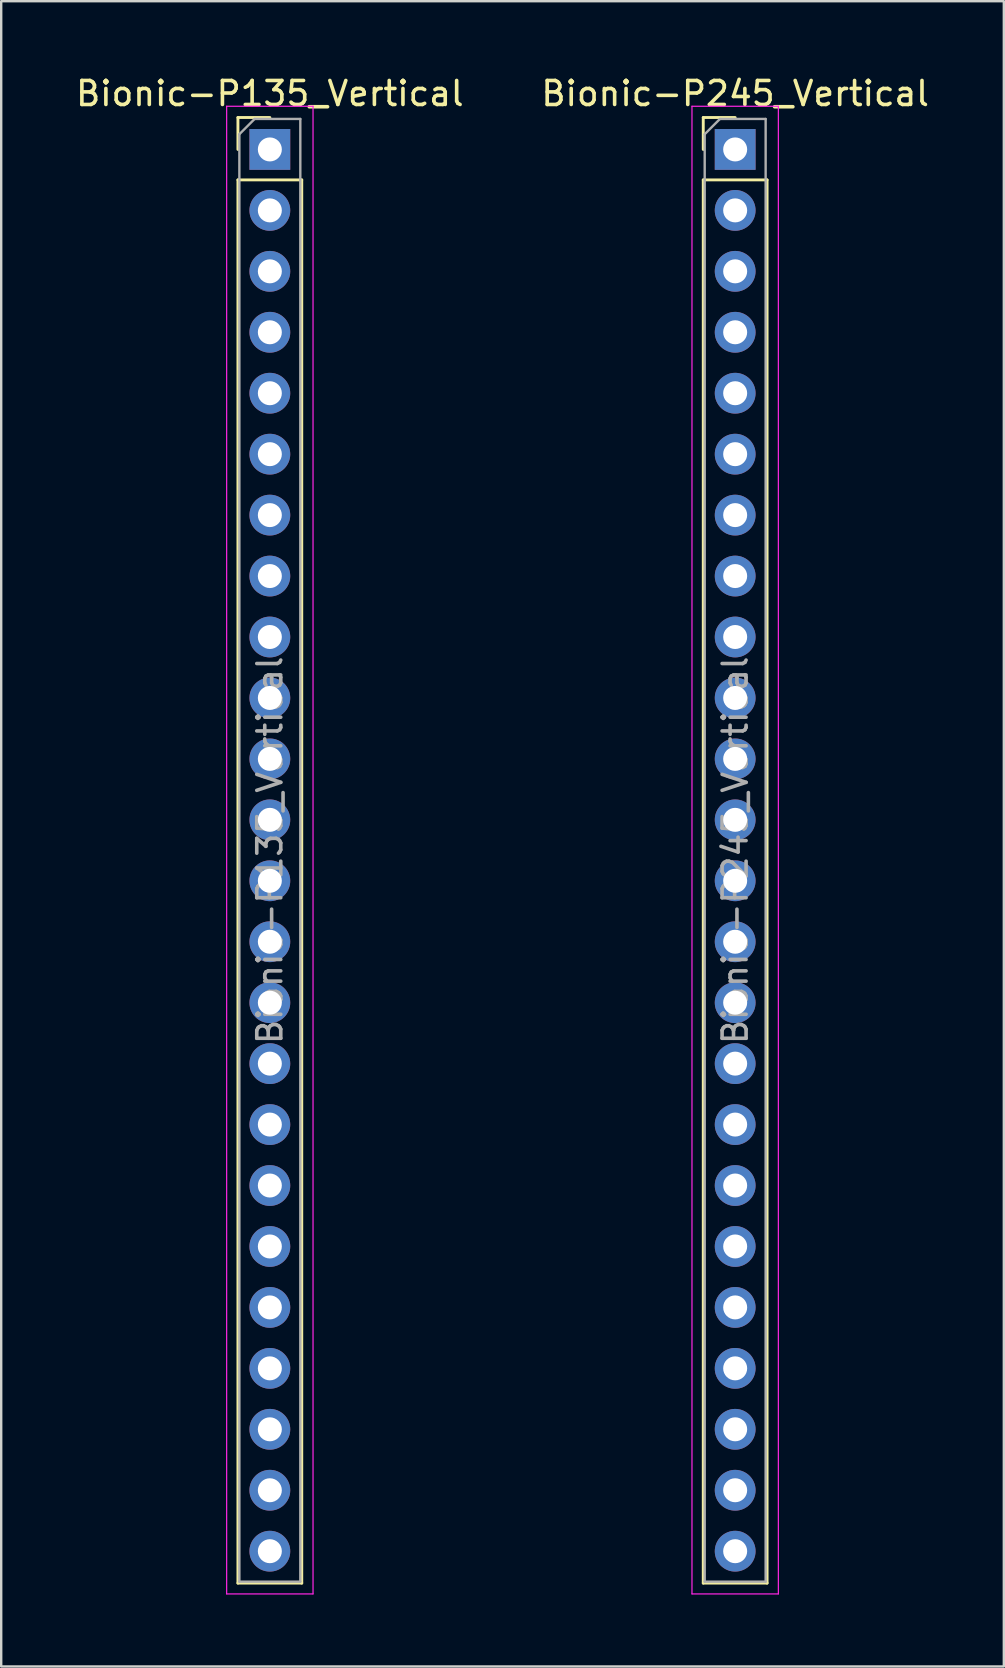
<source format=kicad_pcb>
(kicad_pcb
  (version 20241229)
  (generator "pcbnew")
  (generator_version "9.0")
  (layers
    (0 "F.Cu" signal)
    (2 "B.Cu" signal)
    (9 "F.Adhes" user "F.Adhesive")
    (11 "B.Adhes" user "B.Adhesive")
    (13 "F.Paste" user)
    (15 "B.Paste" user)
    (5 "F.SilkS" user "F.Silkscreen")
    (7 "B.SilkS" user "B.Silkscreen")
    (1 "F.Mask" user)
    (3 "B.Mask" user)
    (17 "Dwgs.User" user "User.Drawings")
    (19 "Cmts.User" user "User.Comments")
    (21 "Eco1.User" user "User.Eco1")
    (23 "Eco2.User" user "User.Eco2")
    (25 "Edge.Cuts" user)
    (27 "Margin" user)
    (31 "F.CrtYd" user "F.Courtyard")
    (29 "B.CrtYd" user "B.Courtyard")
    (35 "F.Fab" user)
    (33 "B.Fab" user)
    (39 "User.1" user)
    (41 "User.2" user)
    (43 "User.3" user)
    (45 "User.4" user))
  (footprint "Bionic-P135_Vertical"
    (layer "F.Cu")
    (at 8.196 3.178)
    (property "Reference" "Bionic-P135_Vertical" (at 0 -2.33 0) (layer "F.SilkS") (effects (font (size 1 1) (thickness 0.15))))
    (attr through_hole)
    (fp_line (start -1.33 -1.33) (end 0 -1.33) (stroke (width 0.12) (type solid)) (layer "F.SilkS"))
    (fp_line (start -1.33 0) (end -1.33 -1.33) (stroke (width 0.12) (type solid)) (layer "F.SilkS"))
    (fp_line (start -1.33 1.27) (end -1.33 59.75) (stroke (width 0.12) (type solid)) (layer "F.SilkS"))
    (fp_line (start -1.33 1.27) (end 1.33 1.27) (stroke (width 0.12) (type solid)) (layer "F.SilkS"))
    (fp_line (start -1.33 59.75) (end 1.33 59.75) (stroke (width 0.12) (type solid)) (layer "F.SilkS"))
    (fp_line (start 1.33 1.27) (end 1.33 59.75) (stroke (width 0.12) (type solid)) (layer "F.SilkS"))
    (fp_line (start -1.8 -1.8) (end -1.8 60.2) (stroke (width 0.05) (type solid)) (layer "F.CrtYd"))
    (fp_line (start -1.8 60.2) (end 1.8 60.2) (stroke (width 0.05) (type solid)) (layer "F.CrtYd"))
    (fp_line (start 1.8 -1.8) (end -1.8 -1.8) (stroke (width 0.05) (type solid)) (layer "F.CrtYd"))
    (fp_line (start 1.8 60.2) (end 1.8 -1.8) (stroke (width 0.05) (type solid)) (layer "F.CrtYd"))
    (fp_line (start -1.27 -0.635) (end -0.635 -1.27) (stroke (width 0.1) (type solid)) (layer "F.Fab"))
    (fp_line (start -1.27 59.69) (end -1.27 -0.635) (stroke (width 0.1) (type solid)) (layer "F.Fab"))
    (fp_line (start -0.635 -1.27) (end 1.27 -1.27) (stroke (width 0.1) (type solid)) (layer "F.Fab"))
    (fp_line (start 1.27 -1.27) (end 1.27 59.69) (stroke (width 0.1) (type solid)) (layer "F.Fab"))
    (fp_line (start 1.27 59.69) (end -1.27 59.69) (stroke (width 0.1) (type solid)) (layer "F.Fab"))
    (fp_text user "${REFERENCE}" (at 0 29.21 90) (layer "F.Fab") (effects (font (size 1 1) (thickness 0.15))))
    (pad "1" thru_hole rect (at 0 0) (size 1.7 1.7) (drill 1) (layers "*.Cu" "*.Mask"))
    (pad "2" thru_hole oval (at 0 2.54) (size 1.7 1.7) (drill 1) (layers "*.Cu" "*.Mask"))
    (pad "3" thru_hole oval (at 0 5.08) (size 1.7 1.7) (drill 1) (layers "*.Cu" "*.Mask"))
    (pad "4" thru_hole oval (at 0 7.62) (size 1.7 1.7) (drill 1) (layers "*.Cu" "*.Mask"))
    (pad "5" thru_hole oval (at 0 10.16) (size 1.7 1.7) (drill 1) (layers "*.Cu" "*.Mask"))
    (pad "6" thru_hole oval (at 0 12.7) (size 1.7 1.7) (drill 1) (layers "*.Cu" "*.Mask"))
    (pad "7" thru_hole oval (at 0 15.24) (size 1.7 1.7) (drill 1) (layers "*.Cu" "*.Mask"))
    (pad "8" thru_hole oval (at 0 17.78) (size 1.7 1.7) (drill 1) (layers "*.Cu" "*.Mask"))
    (pad "9" thru_hole oval (at 0 20.32) (size 1.7 1.7) (drill 1) (layers "*.Cu" "*.Mask"))
    (pad "10" thru_hole oval (at 0 22.86) (size 1.7 1.7) (drill 1) (layers "*.Cu" "*.Mask"))
    (pad "11" thru_hole oval (at 0 25.4) (size 1.7 1.7) (drill 1) (layers "*.Cu" "*.Mask"))
    (pad "12" thru_hole oval (at 0 27.94) (size 1.7 1.7) (drill 1) (layers "*.Cu" "*.Mask"))
    (pad "13" thru_hole oval (at 0 30.48) (size 1.7 1.7) (drill 1) (layers "*.Cu" "*.Mask"))
    (pad "14" thru_hole oval (at 0 33.02) (size 1.7 1.7) (drill 1) (layers "*.Cu" "*.Mask"))
    (pad "15" thru_hole oval (at 0 35.56) (size 1.7 1.7) (drill 1) (layers "*.Cu" "*.Mask"))
    (pad "16" thru_hole oval (at 0 38.1) (size 1.7 1.7) (drill 1) (layers "*.Cu" "*.Mask"))
    (pad "17" thru_hole oval (at 0 40.64) (size 1.7 1.7) (drill 1) (layers "*.Cu" "*.Mask"))
    (pad "18" thru_hole oval (at 0 43.18) (size 1.7 1.7) (drill 1) (layers "*.Cu" "*.Mask"))
    (pad "19" thru_hole oval (at 0 45.72) (size 1.7 1.7) (drill 1) (layers "*.Cu" "*.Mask"))
    (pad "20" thru_hole oval (at 0 48.26) (size 1.7 1.7) (drill 1) (layers "*.Cu" "*.Mask"))
    (pad "21" thru_hole oval (at 0 50.8) (size 1.7 1.7) (drill 1) (layers "*.Cu" "*.Mask"))
    (pad "22" thru_hole oval (at 0 53.34) (size 1.7 1.7) (drill 1) (layers "*.Cu" "*.Mask"))
    (pad "23" thru_hole oval (at 0 55.88) (size 1.7 1.7) (drill 1) (layers "*.Cu" "*.Mask"))
    (pad "24" thru_hole oval (at 0 58.42) (size 1.7 1.7) (drill 1) (layers "*.Cu" "*.Mask")))
  (footprint "Bionic-P245_Vertical"
    (layer "F.Cu")
    (at 27.589 3.178)
    (property "Reference" "Bionic-P245_Vertical" (at 0 -2.33 0) (layer "F.SilkS") (effects (font (size 1 1) (thickness 0.15))))
    (attr through_hole)
    (fp_line (start -1.33 -1.33) (end 0 -1.33) (stroke (width 0.12) (type solid)) (layer "F.SilkS"))
    (fp_line (start -1.33 0) (end -1.33 -1.33) (stroke (width 0.12) (type solid)) (layer "F.SilkS"))
    (fp_line (start -1.33 1.27) (end -1.33 59.75) (stroke (width 0.12) (type solid)) (layer "F.SilkS"))
    (fp_line (start -1.33 1.27) (end 1.33 1.27) (stroke (width 0.12) (type solid)) (layer "F.SilkS"))
    (fp_line (start -1.33 59.75) (end 1.33 59.75) (stroke (width 0.12) (type solid)) (layer "F.SilkS"))
    (fp_line (start 1.33 1.27) (end 1.33 59.75) (stroke (width 0.12) (type solid)) (layer "F.SilkS"))
    (fp_line (start -1.8 -1.8) (end -1.8 60.2) (stroke (width 0.05) (type solid)) (layer "F.CrtYd"))
    (fp_line (start -1.8 60.2) (end 1.8 60.2) (stroke (width 0.05) (type solid)) (layer "F.CrtYd"))
    (fp_line (start 1.8 -1.8) (end -1.8 -1.8) (stroke (width 0.05) (type solid)) (layer "F.CrtYd"))
    (fp_line (start 1.8 60.2) (end 1.8 -1.8) (stroke (width 0.05) (type solid)) (layer "F.CrtYd"))
    (fp_line (start -1.27 -0.635) (end -0.635 -1.27) (stroke (width 0.1) (type solid)) (layer "F.Fab"))
    (fp_line (start -1.27 59.69) (end -1.27 -0.635) (stroke (width 0.1) (type solid)) (layer "F.Fab"))
    (fp_line (start -0.635 -1.27) (end 1.27 -1.27) (stroke (width 0.1) (type solid)) (layer "F.Fab"))
    (fp_line (start 1.27 -1.27) (end 1.27 59.69) (stroke (width 0.1) (type solid)) (layer "F.Fab"))
    (fp_line (start 1.27 59.69) (end -1.27 59.69) (stroke (width 0.1) (type solid)) (layer "F.Fab"))
    (fp_text user "${REFERENCE}" (at 0 29.21 90) (layer "F.Fab") (effects (font (size 1 1) (thickness 0.15))))
    (pad "25" thru_hole oval (at 0 58.42) (size 1.7 1.7) (drill 1) (layers "*.Cu" "*.Mask"))
    (pad "26" thru_hole oval (at 0 55.88) (size 1.7 1.7) (drill 1) (layers "*.Cu" "*.Mask"))
    (pad "27" thru_hole oval (at 0 53.34) (size 1.7 1.7) (drill 1) (layers "*.Cu" "*.Mask"))
    (pad "28" thru_hole oval (at 0 50.8) (size 1.7 1.7) (drill 1) (layers "*.Cu" "*.Mask"))
    (pad "29" thru_hole oval (at 0 48.26) (size 1.7 1.7) (drill 1) (layers "*.Cu" "*.Mask"))
    (pad "30" thru_hole oval (at 0 45.72) (size 1.7 1.7) (drill 1) (layers "*.Cu" "*.Mask"))
    (pad "31" thru_hole oval (at 0 43.18) (size 1.7 1.7) (drill 1) (layers "*.Cu" "*.Mask"))
    (pad "32" thru_hole oval (at 0 40.64) (size 1.7 1.7) (drill 1) (layers "*.Cu" "*.Mask"))
    (pad "33" thru_hole oval (at 0 38.1) (size 1.7 1.7) (drill 1) (layers "*.Cu" "*.Mask"))
    (pad "34" thru_hole oval (at 0 35.56) (size 1.7 1.7) (drill 1) (layers "*.Cu" "*.Mask"))
    (pad "35" thru_hole oval (at 0 33.02) (size 1.7 1.7) (drill 1) (layers "*.Cu" "*.Mask"))
    (pad "36" thru_hole oval (at 0 30.48) (size 1.7 1.7) (drill 1) (layers "*.Cu" "*.Mask"))
    (pad "37" thru_hole oval (at 0 27.94) (size 1.7 1.7) (drill 1) (layers "*.Cu" "*.Mask"))
    (pad "38" thru_hole oval (at 0 25.4) (size 1.7 1.7) (drill 1) (layers "*.Cu" "*.Mask"))
    (pad "39" thru_hole oval (at 0 22.86) (size 1.7 1.7) (drill 1) (layers "*.Cu" "*.Mask"))
    (pad "40" thru_hole oval (at 0 20.32) (size 1.7 1.7) (drill 1) (layers "*.Cu" "*.Mask"))
    (pad "41" thru_hole oval (at 0 17.78) (size 1.7 1.7) (drill 1) (layers "*.Cu" "*.Mask"))
    (pad "42" thru_hole oval (at 0 15.24) (size 1.7 1.7) (drill 1) (layers "*.Cu" "*.Mask"))
    (pad "43" thru_hole oval (at 0 12.7) (size 1.7 1.7) (drill 1) (layers "*.Cu" "*.Mask"))
    (pad "44" thru_hole oval (at 0 10.16) (size 1.7 1.7) (drill 1) (layers "*.Cu" "*.Mask"))
    (pad "45" thru_hole oval (at 0 7.62) (size 1.7 1.7) (drill 1) (layers "*.Cu" "*.Mask"))
    (pad "46" thru_hole oval (at 0 5.08) (size 1.7 1.7) (drill 1) (layers "*.Cu" "*.Mask"))
    (pad "47" thru_hole oval (at 0 2.54) (size 1.7 1.7) (drill 1) (layers "*.Cu" "*.Mask"))
    (pad "48" thru_hole rect (at 0 0) (size 1.7 1.7) (drill 1) (layers "*.Cu" "*.Mask")))
  (gr_rect
    (start -3 -3)
    (end 38.786 66.403)
    (stroke (width 0.1) (type default))
    (fill no)
    (layer "Edge.Cuts")))
</source>
